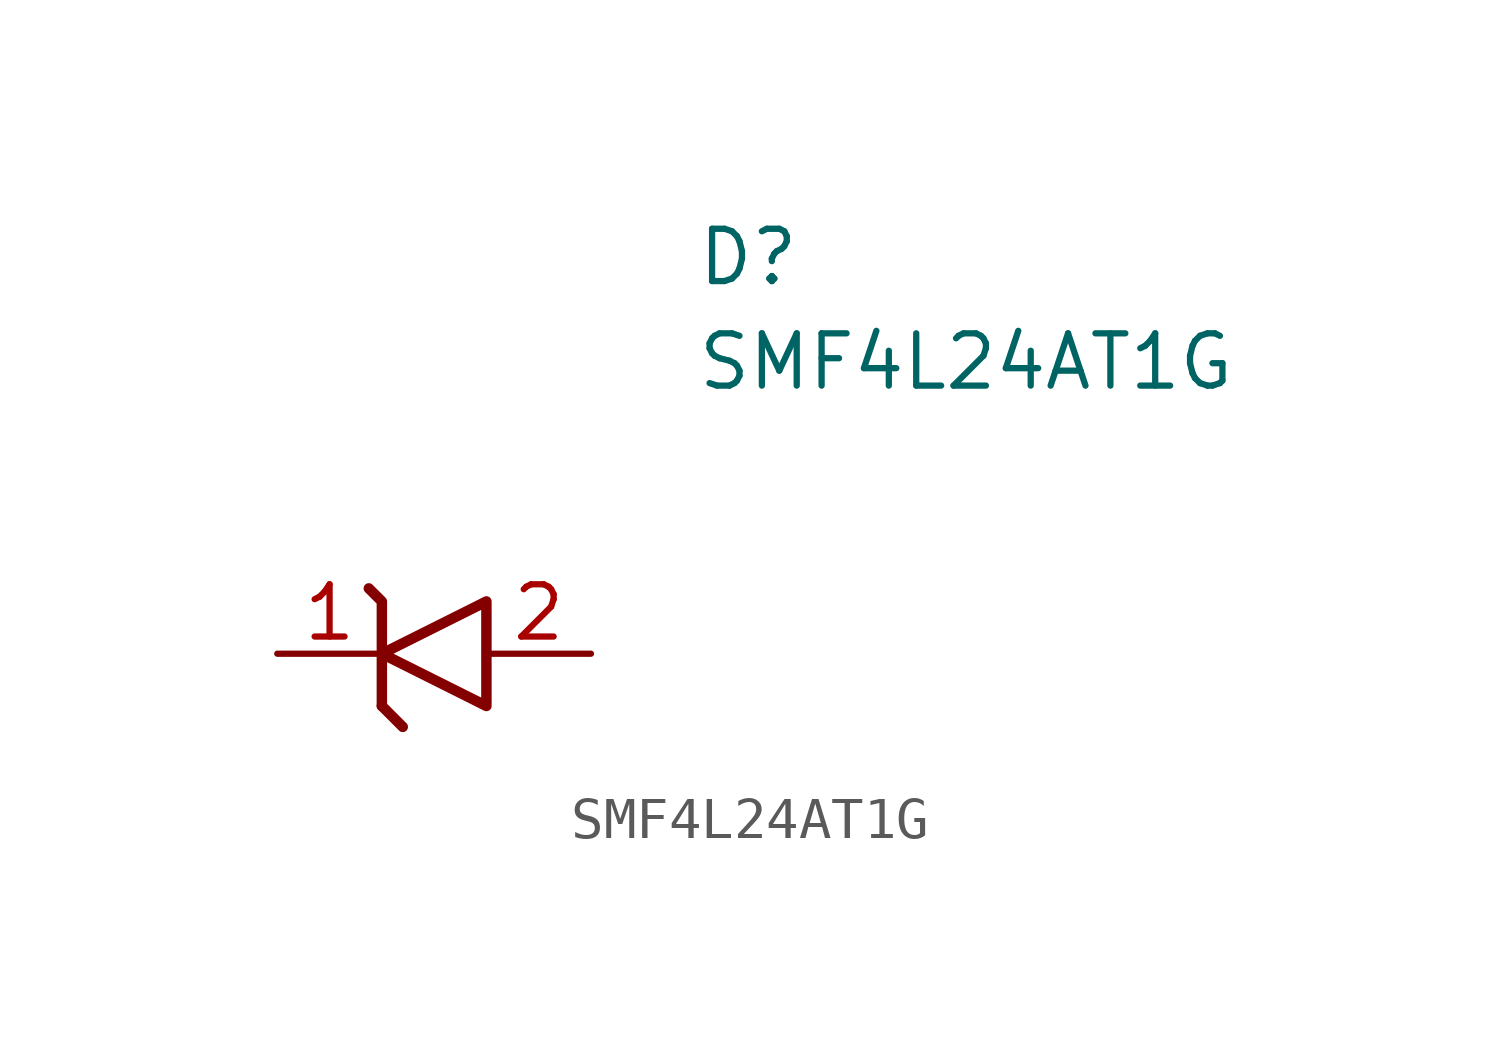
<source format=kicad_sym>
(kicad_symbol_lib
  (version 20220914)
  (generator kicad_symbol_editor)
  (symbol "SMF4L24AT1G"
    (pin_names hide)
    (property "Reference" "D"
      (at 10.16 8.89 0)
      (effects (font (size 1.27 1.27)) (justify left bottom)))
    (property "Value" "SMF4L24AT1G"
      (at 10.16 6.35 0)
      (effects (font (size 1.27 1.27)) (justify left bottom)))
    (symbol "SMF4L24AT1G_0_0"
      (polyline (pts (xy 2.54 -1.27) (xy 2.54 1.27) (xy 2.223 1.587)) (stroke (width 0.254) (type default)) (fill (type none))))
    (symbol "SMF4L24AT1G_0_1"
      (polyline (pts (xy 5.08 -1.27) (xy 2.54 0) (xy 5.08 1.27) (xy 5.08 -1.27) (xy 5.08 -1.27) (xy 5.08 -1.27)) (stroke (width 0.254) (type default)) (fill (type none))))
    (symbol "SMF4L24AT1G_1_1"
      (polyline (pts (xy 2.54 -1.27) (xy 3.048 -1.778)) (stroke (width 0.254) (type default)) (fill (type none)))
      (pin passive line (at 0 0 0) (length 2.54) (name "K" (effects (font (size 1.27 1.27)))) (number "1" (effects (font (size 1.27 1.27)))))
      (pin passive line (at 7.62 0 180) (length 2.54) (name "A" (effects (font (size 1.27 1.27)))) (number "2" (effects (font (size 1.27 1.27))))))))
</source>
